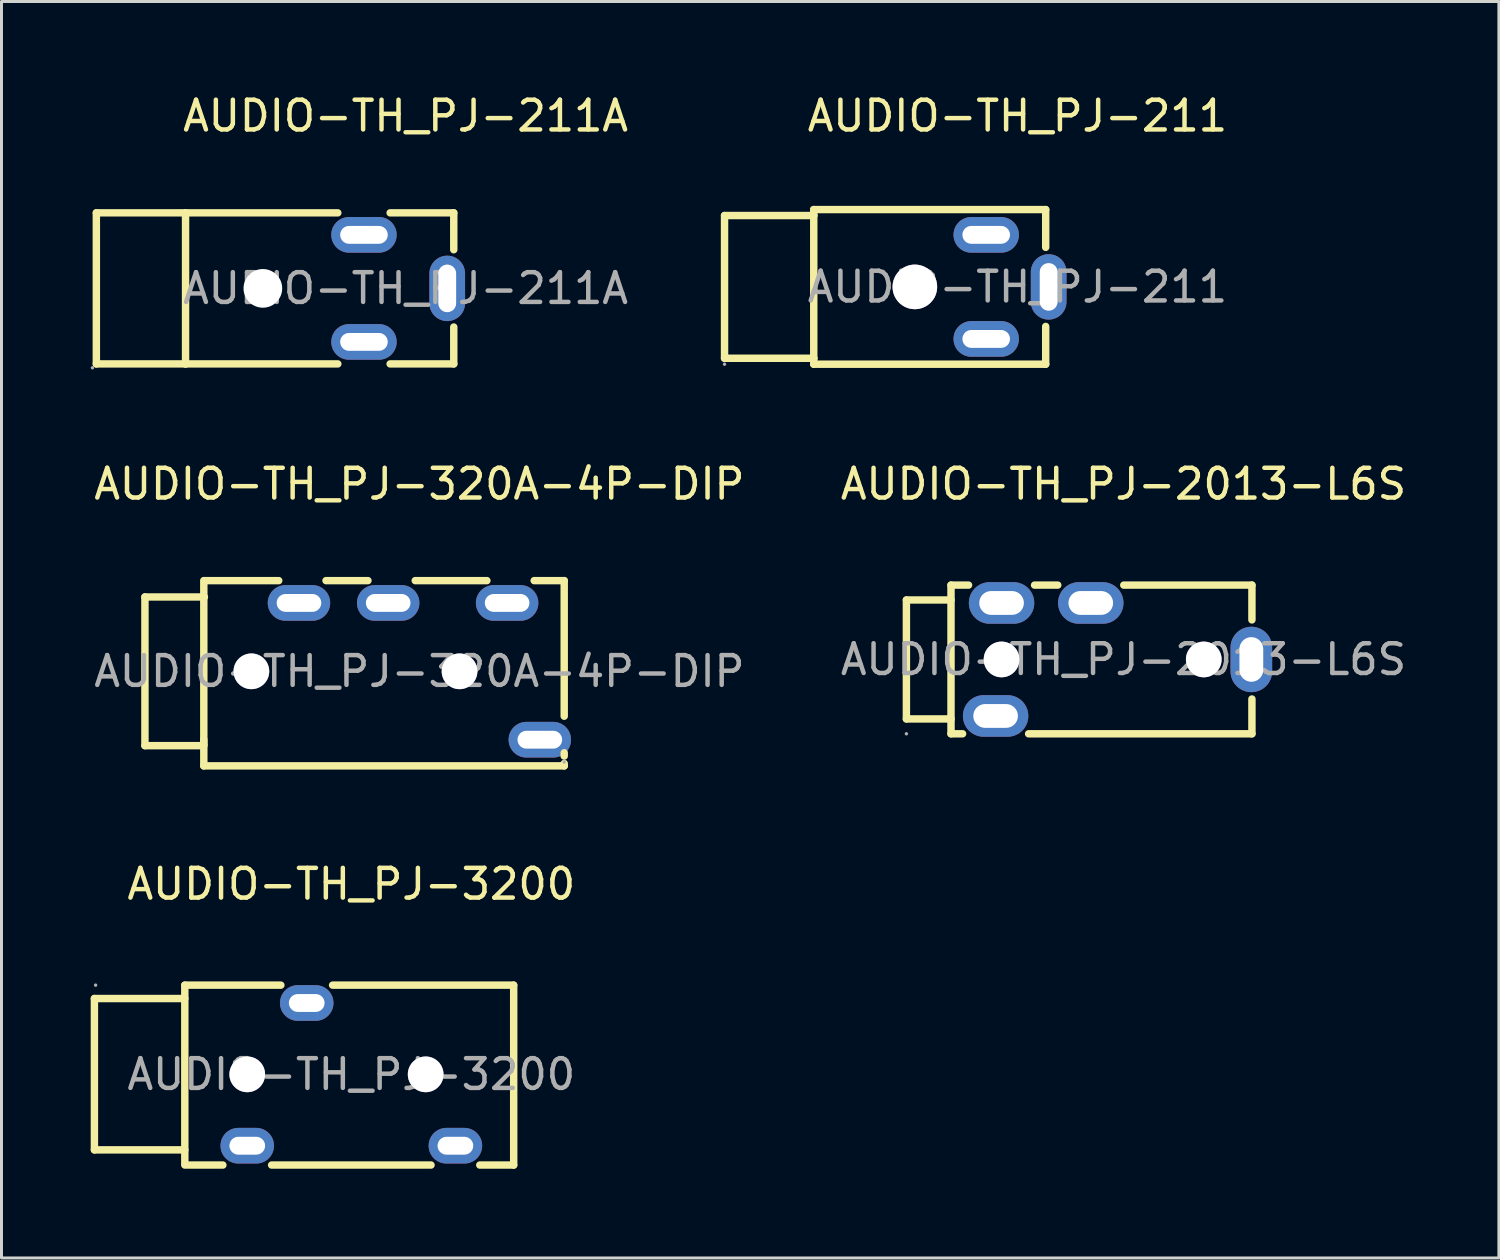
<source format=kicad_pcb>
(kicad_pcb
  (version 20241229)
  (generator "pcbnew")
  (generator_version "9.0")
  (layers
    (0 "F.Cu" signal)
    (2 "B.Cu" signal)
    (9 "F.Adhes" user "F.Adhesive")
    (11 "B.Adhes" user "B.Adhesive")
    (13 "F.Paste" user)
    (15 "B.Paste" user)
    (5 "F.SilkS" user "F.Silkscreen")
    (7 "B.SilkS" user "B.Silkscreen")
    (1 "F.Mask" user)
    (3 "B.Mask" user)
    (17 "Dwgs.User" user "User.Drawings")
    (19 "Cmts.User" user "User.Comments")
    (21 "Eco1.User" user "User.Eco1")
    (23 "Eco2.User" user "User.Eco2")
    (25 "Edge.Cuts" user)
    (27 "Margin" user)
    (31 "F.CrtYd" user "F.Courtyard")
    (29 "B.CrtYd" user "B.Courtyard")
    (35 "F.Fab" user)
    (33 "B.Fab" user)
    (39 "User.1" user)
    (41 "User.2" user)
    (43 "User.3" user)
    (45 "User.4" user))
  (footprint "AUDIO-TH_PJ-3200"
    (layer "F.Cu")
    (at 8.765 33.08)
    (property "Reference" "AUDIO-TH_PJ-3200" (at 0 -6.4 0) (layer "F.SilkS") (effects (font (size 1 1) (thickness 0.15))))
    (attr through_hole)
    (fp_line (start -8.64 -2.55) (end -8.64 2.54) (stroke (width 0.25) (type solid)) (layer "F.SilkS"))
    (fp_line (start -8.64 2.54) (end -5.6 2.54) (stroke (width 0.25) (type solid)) (layer "F.SilkS"))
    (fp_line (start -5.6 -3) (end -5.6 3) (stroke (width 0.25) (type solid)) (layer "F.SilkS"))
    (fp_line (start -5.6 -3) (end -2.37 -3) (stroke (width 0.25) (type solid)) (layer "F.SilkS"))
    (fp_line (start -5.6 -2.55) (end -8.64 -2.55) (stroke (width 0.25) (type solid)) (layer "F.SilkS"))
    (fp_line (start -4.32 3.05) (end -5.6 3.05) (stroke (width 0.25) (type solid)) (layer "F.SilkS"))
    (fp_line (start -0.63 -3) (end 5.46 -3) (stroke (width 0.25) (type solid)) (layer "F.SilkS"))
    (fp_line (start 2.68 3.05) (end -2.68 3.05) (stroke (width 0.25) (type solid)) (layer "F.SilkS"))
    (fp_line (start 5.46 -3) (end 5.46 3.05) (stroke (width 0.25) (type solid)) (layer "F.SilkS"))
    (fp_line (start 5.46 3.05) (end 4.32 3.05) (stroke (width 0.25) (type solid)) (layer "F.SilkS"))
    (fp_circle (center -3.5 0) (end -3.31 0) (stroke (width 0.38) (type solid)) (fill no) (layer "Cmts.User"))
    (fp_circle (center 2.5 0) (end 2.69 0) (stroke (width 0.38) (type solid)) (fill no) (layer "Cmts.User"))
    (fp_circle (center -8.6 -3) (end -8.57 -3) (stroke (width 0.06) (type solid)) (fill no) (layer "F.Fab"))
    (fp_text user "${REFERENCE}" (at 0 0 0) (layer "F.Fab") (effects (font (size 1 1) (thickness 0.15))))
    (pad "" thru_hole circle (at -3.5 0) (size 1.2 1.2) (drill 1.2) (layers "*.Cu" "*.Mask"))
    (pad "" thru_hole circle (at 2.5 0) (size 1.2 1.2) (drill 1.2) (layers "*.Cu" "*.Mask"))
    (pad "2" thru_hole oval (at -1.5 -2.4) (size 1.8 1.2) (drill oval 1.2 0.6) (layers "*.Cu" "*.Mask"))
    (pad "3" thru_hole oval (at -3.5 2.4) (size 1.8 1.2) (drill oval 1.2 0.6) (layers "*.Cu" "*.Mask"))
    (pad "4" thru_hole oval (at 3.5 2.4) (size 1.8 1.2) (drill oval 1.2 0.6) (layers "*.Cu" "*.Mask")))
  (footprint "AUDIO-TH_PJ-2013-L6S"
    (layer "F.Cu")
    (at 34.732 19.127)
    (property "Reference" "AUDIO-TH_PJ-2013-L6S" (at 0 -5.9 0) (layer "F.SilkS") (effects (font (size 1 1) (thickness 0.15))))
    (attr through_hole)
    (fp_line (start -7.3 -2) (end -5.8 -2) (stroke (width 0.25) (type solid)) (layer "F.SilkS"))
    (fp_line (start -7.3 2) (end -7.3 -2) (stroke (width 0.25) (type solid)) (layer "F.SilkS"))
    (fp_line (start -7.3 2) (end -5.8 2) (stroke (width 0.25) (type solid)) (layer "F.SilkS"))
    (fp_line (start -5.8 -2.5) (end -5.21 -2.5) (stroke (width 0.25) (type solid)) (layer "F.SilkS"))
    (fp_line (start -5.8 2.5) (end -5.8 -2.5) (stroke (width 0.25) (type solid)) (layer "F.SilkS"))
    (fp_line (start -5.8 2.5) (end -5.41 2.5) (stroke (width 0.25) (type solid)) (layer "F.SilkS"))
    (fp_line (start -3.19 2.5) (end 4.32 2.5) (stroke (width 0.25) (type solid)) (layer "F.SilkS"))
    (fp_line (start -2.99 -2.5) (end -2.21 -2.5) (stroke (width 0.25) (type solid)) (layer "F.SilkS"))
    (fp_line (start 0.01 -2.5) (end 4.32 -2.5) (stroke (width 0.25) (type solid)) (layer "F.SilkS"))
    (fp_line (start 4.32 -2.5) (end 4.32 -1.33) (stroke (width 0.25) (type solid)) (layer "F.SilkS"))
    (fp_line (start 4.32 2.5) (end 4.32 1.33) (stroke (width 0.25) (type solid)) (layer "F.SilkS"))
    (fp_circle (center -4.1 0) (end -3.9 0) (stroke (width 0.4) (type solid)) (fill no) (layer "Cmts.User"))
    (fp_circle (center 2.7 0) (end 2.9 0) (stroke (width 0.4) (type solid)) (fill no) (layer "Cmts.User"))
    (fp_circle (center -7.3 2.5) (end -7.27 2.5) (stroke (width 0.06) (type solid)) (fill no) (layer "F.Fab"))
    (fp_text user "${REFERENCE}" (at 0 0 0) (layer "F.Fab") (effects (font (size 1 1) (thickness 0.15))))
    (pad "" thru_hole circle (at -4.1 0) (size 1.2 1.2) (drill 1.2) (layers "*.Cu" "*.Mask"))
    (pad "" thru_hole circle (at 2.7 0) (size 1.2 1.2) (drill 1.2) (layers "*.Cu" "*.Mask"))
    (pad "1" thru_hole oval (at -4.3 1.9) (size 2.2 1.4) (drill oval 1.5 0.8) (layers "*.Cu" "*.Mask"))
    (pad "2" thru_hole oval (at -4.1 -1.9) (size 2.2 1.4) (drill oval 1.5 0.8) (layers "*.Cu" "*.Mask"))
    (pad "3" thru_hole oval (at -1.1 -1.9) (size 2.2 1.4) (drill oval 1.5 0.8) (layers "*.Cu" "*.Mask"))
    (pad "4" thru_hole oval (at 4.3 0 90) (size 2.2 1.4) (drill oval 1.5 0.8) (layers "*.Cu" "*.Mask")))
  (footprint "AUDIO-TH_PJ-211"
    (layer "F.Cu")
    (at 31.166 6.598)
    (property "Reference" "AUDIO-TH_PJ-211" (at 0 -5.75 0) (layer "F.SilkS") (effects (font (size 1 1) (thickness 0.15))))
    (attr through_hole)
    (fp_line (start -9.85 -2.4) (end -9.85 2.4) (stroke (width 0.25) (type solid)) (layer "F.SilkS"))
    (fp_line (start -9.85 2.4) (end -6.85 2.4) (stroke (width 0.25) (type solid)) (layer "F.SilkS"))
    (fp_line (start -6.85 -2.6) (end -6.85 -2.4) (stroke (width 0.25) (type solid)) (layer "F.SilkS"))
    (fp_line (start -6.85 -2.4) (end -9.85 -2.4) (stroke (width 0.25) (type solid)) (layer "F.SilkS"))
    (fp_line (start -6.85 -2.4) (end -6.85 2.4) (stroke (width 0.25) (type solid)) (layer "F.SilkS"))
    (fp_line (start -6.85 2.4) (end -6.85 2.6) (stroke (width 0.25) (type solid)) (layer "F.SilkS"))
    (fp_line (start -6.85 2.6) (end 0.95 2.6) (stroke (width 0.25) (type solid)) (layer "F.SilkS"))
    (fp_line (start 0.95 -2.6) (end -6.85 -2.6) (stroke (width 0.25) (type solid)) (layer "F.SilkS"))
    (fp_line (start 0.95 -1.33) (end 0.95 -2.6) (stroke (width 0.25) (type solid)) (layer "F.SilkS"))
    (fp_line (start 0.95 2.6) (end 0.95 1.33) (stroke (width 0.25) (type solid)) (layer "F.SilkS"))
    (fp_circle (center -3.45 0) (end -3.2 0) (stroke (width 0.5) (type solid)) (fill no) (layer "Cmts.User"))
    (fp_circle (center -9.85 2.6) (end -9.82 2.6) (stroke (width 0.06) (type solid)) (fill no) (layer "F.Fab"))
    (fp_text user "${REFERENCE}" (at 0 0 0) (layer "F.Fab") (effects (font (size 1 1) (thickness 0.15))))
    (pad "" thru_hole circle (at -3.45 0) (size 1.5 1.5) (drill 1.5) (layers "*.Cu" "*.Mask"))
    (pad "1" thru_hole oval (at -1.05 1.75 90) (size 1.2 2.2) (drill oval 0.6 1.6) (layers "*.Cu" "*.Mask"))
    (pad "2" thru_hole oval (at 1.05 0 180) (size 1.2 2.2) (drill oval 0.6 1.6) (layers "*.Cu" "*.Mask"))
    (pad "3" thru_hole oval (at -1.05 -1.75 270) (size 1.2 2.2) (drill oval 0.6 1.6) (layers "*.Cu" "*.Mask")))
  (footprint "AUDIO-TH_PJ-320A-4P-DIP"
    (layer "F.Cu")
    (at 11.054 19.526)
    (property "Reference" "AUDIO-TH_PJ-320A-4P-DIP" (at 0 -6.3 0) (layer "F.SilkS") (effects (font (size 1 1) (thickness 0.15))))
    (attr through_hole)
    (fp_line (start -9.23 -2.5) (end -9.23 2.5) (stroke (width 0.25) (type solid)) (layer "F.SilkS"))
    (fp_line (start -9.23 -2.5) (end -7.23 -2.5) (stroke (width 0.25) (type solid)) (layer "F.SilkS"))
    (fp_line (start -9.23 2.5) (end -7.25 2.5) (stroke (width 0.25) (type solid)) (layer "F.SilkS"))
    (fp_line (start -7.25 2.46) (end -7.25 -3.05) (stroke (width 0.25) (type solid)) (layer "F.SilkS"))
    (fp_line (start -7.25 3.18) (end -7.25 2.3) (stroke (width 0.25) (type solid)) (layer "F.SilkS"))
    (fp_line (start -7.23 -3.05) (end -4.73 -3.05) (stroke (width 0.25) (type solid)) (layer "F.SilkS"))
    (fp_line (start -3.14 -3.05) (end -1.73 -3.05) (stroke (width 0.25) (type solid)) (layer "F.SilkS"))
    (fp_line (start -0.14 -3.05) (end 2.27 -3.05) (stroke (width 0.25) (type solid)) (layer "F.SilkS"))
    (fp_line (start 3.86 -3.05) (end 4.87 -3.05) (stroke (width 0.25) (type solid)) (layer "F.SilkS"))
    (fp_line (start 4.87 -3.05) (end 4.87 1.51) (stroke (width 0.25) (type solid)) (layer "F.SilkS"))
    (fp_line (start 4.87 2.74) (end 4.87 2.85) (stroke (width 0.25) (type solid)) (layer "F.SilkS"))
    (fp_line (start 4.87 3.1) (end 4.87 3.18) (stroke (width 0.25) (type solid)) (layer "F.SilkS"))
    (fp_line (start 4.87 3.18) (end -7.25 3.18) (stroke (width 0.25) (type solid)) (layer "F.SilkS"))
    (fp_circle (center -5.65 0) (end -5.46 0) (stroke (width 0.38) (type solid)) (fill no) (layer "Cmts.User"))
    (fp_circle (center 1.35 0) (end 1.54 0) (stroke (width 0.38) (type solid)) (fill no) (layer "Cmts.User"))
    (fp_circle (center 4.87 3.05) (end 4.9 3.05) (stroke (width 0.06) (type solid)) (fill no) (layer "F.Fab"))
    (fp_text user "${REFERENCE}" (at 0 0 0) (layer "F.Fab") (effects (font (size 1 1) (thickness 0.15))))
    (pad "" thru_hole circle (at -5.65 0) (size 1.2 1.2) (drill 1.2) (layers "*.Cu" "*.Mask"))
    (pad "" thru_hole circle (at 1.35 0) (size 1.2 1.2) (drill 1.2) (layers "*.Cu" "*.Mask"))
    (pad "A" thru_hole oval (at 4.05 2.3 90) (size 1.2 2.1) (drill oval 0.6 1.5) (layers "*.Cu" "*.Mask"))
    (pad "B" thru_hole oval (at -4.05 -2.3 90) (size 1.2 2.1) (drill oval 0.6 1.5) (layers "*.Cu" "*.Mask"))
    (pad "C" thru_hole oval (at -1.05 -2.3 90) (size 1.2 2.1) (drill oval 0.6 1.5) (layers "*.Cu" "*.Mask"))
    (pad "D" thru_hole oval (at 2.95 -2.3 90) (size 1.2 2.1) (drill oval 0.6 1.5) (layers "*.Cu" "*.Mask")))
  (footprint "AUDIO-TH_PJ-211A"
    (layer "F.Cu")
    (at 10.59 6.648)
    (property "Reference" "AUDIO-TH_PJ-211A" (at 0 -5.8 0) (layer "F.SilkS") (effects (font (size 1 1) (thickness 0.15))))
    (attr through_hole)
    (fp_line (start -10.4 -2.54) (end -10.4 2.54) (stroke (width 0.25) (type solid)) (layer "F.SilkS"))
    (fp_line (start -7.4 -2.54) (end -10.4 -2.54) (stroke (width 0.25) (type solid)) (layer "F.SilkS"))
    (fp_line (start -7.4 -2.54) (end -7.4 2.54) (stroke (width 0.25) (type solid)) (layer "F.SilkS"))
    (fp_line (start -7.4 -2.54) (end -2.28 -2.54) (stroke (width 0.25) (type solid)) (layer "F.SilkS"))
    (fp_line (start -7.4 2.54) (end -10.4 2.54) (stroke (width 0.25) (type solid)) (layer "F.SilkS"))
    (fp_line (start -7.4 2.54) (end -2.28 2.54) (stroke (width 0.25) (type solid)) (layer "F.SilkS"))
    (fp_line (start -0.52 -2.54) (end 1.62 -2.54) (stroke (width 0.25) (type solid)) (layer "F.SilkS"))
    (fp_line (start -0.52 2.54) (end 1.62 2.54) (stroke (width 0.25) (type solid)) (layer "F.SilkS"))
    (fp_line (start 1.62 -2.54) (end 1.62 -1.3) (stroke (width 0.25) (type solid)) (layer "F.SilkS"))
    (fp_line (start 1.62 1.3) (end 1.62 2.54) (stroke (width 0.25) (type solid)) (layer "F.SilkS"))
    (fp_circle (center -10.53 2.67) (end -10.5 2.67) (stroke (width 0.06) (type solid)) (fill no) (layer "F.Fab"))
    (fp_circle (center -4.8 0) (end -4.52 0) (stroke (width 0.55) (type solid)) (fill no) (layer "F.Fab"))
    (fp_text user "${REFERENCE}" (at 0 0 0) (layer "F.Fab") (effects (font (size 1 1) (thickness 0.15))))
    (pad "" np_thru_hole circle (at -4.8 0) (size 1.3 1.3) (drill 1.3) (layers "*.Cu" "*.Mask"))
    (pad "1" thru_hole oval (at -1.4 1.8 90) (size 1.2 2.2) (drill oval 0.6 1.6) (layers "*.Cu" "*.Mask"))
    (pad "2" thru_hole oval (at 1.4 0 180) (size 1.2 2.2) (drill oval 0.6 1.6) (layers "*.Cu" "*.Mask"))
    (pad "3" thru_hole oval (at -1.4 -1.8 270) (size 1.2 2.2) (drill oval 0.6 1.6) (layers "*.Cu" "*.Mask")))
  (gr_rect
    (start -3 -3)
    (end 47.357 39.255)
    (stroke (width 0.1) (type default))
    (fill no)
    (layer "Edge.Cuts")))
</source>
